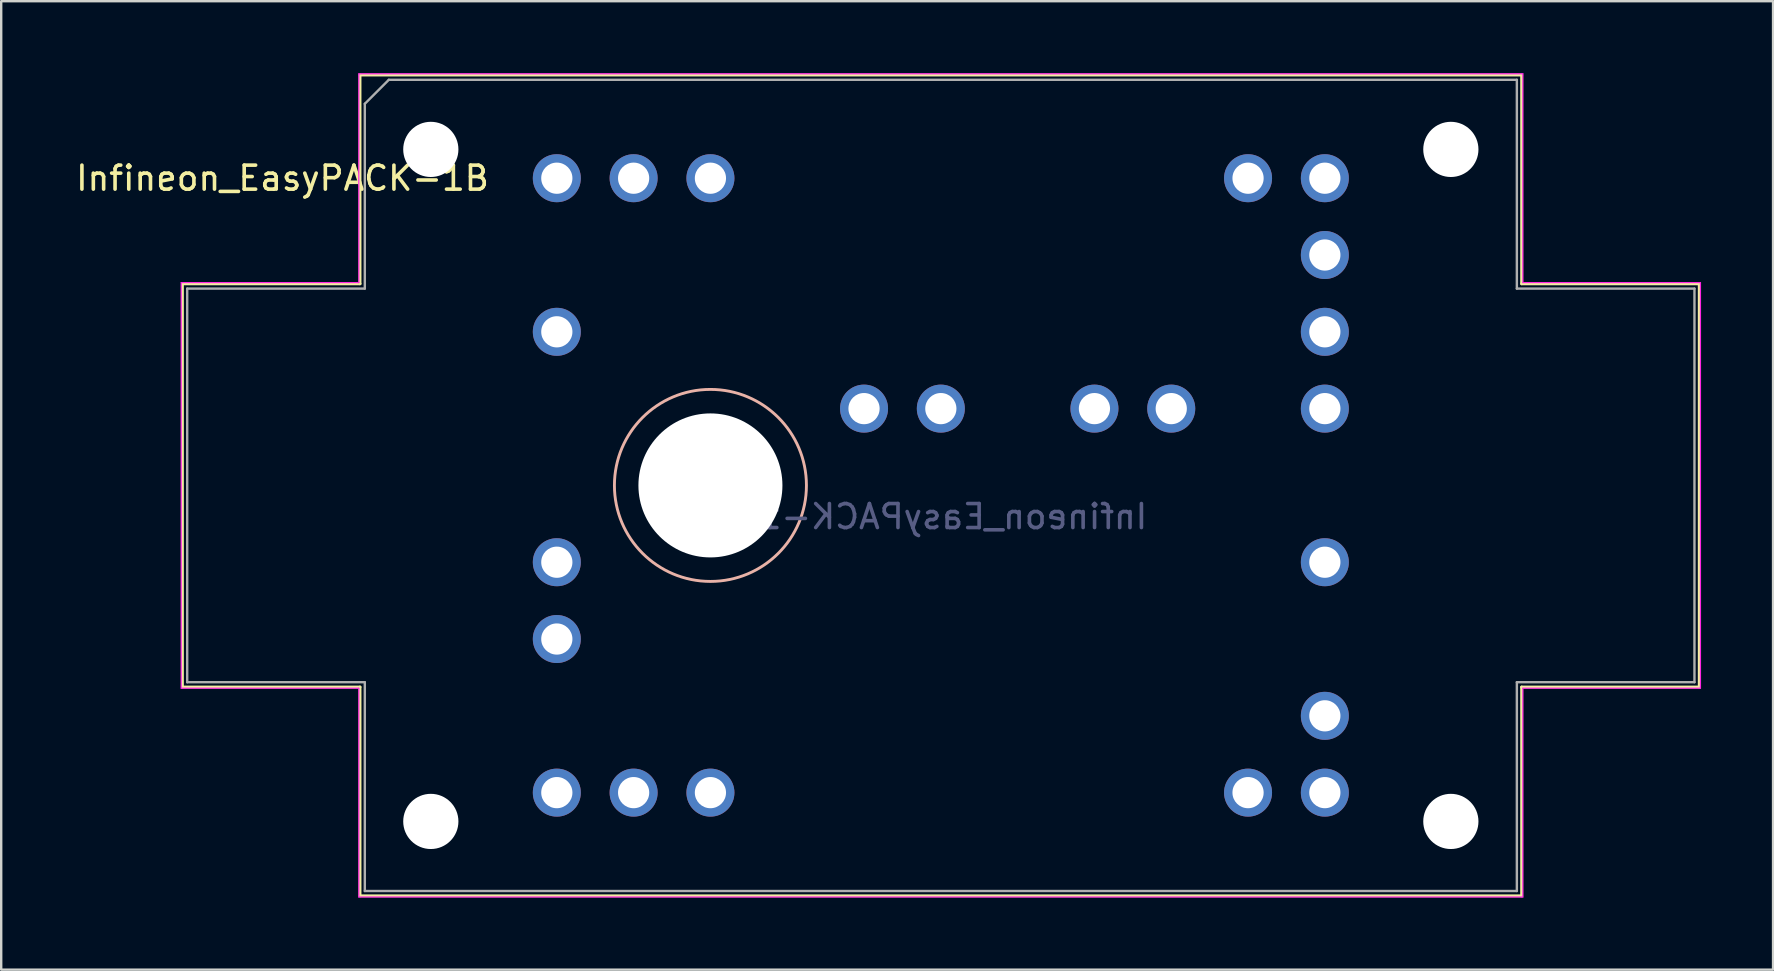
<source format=kicad_pcb>
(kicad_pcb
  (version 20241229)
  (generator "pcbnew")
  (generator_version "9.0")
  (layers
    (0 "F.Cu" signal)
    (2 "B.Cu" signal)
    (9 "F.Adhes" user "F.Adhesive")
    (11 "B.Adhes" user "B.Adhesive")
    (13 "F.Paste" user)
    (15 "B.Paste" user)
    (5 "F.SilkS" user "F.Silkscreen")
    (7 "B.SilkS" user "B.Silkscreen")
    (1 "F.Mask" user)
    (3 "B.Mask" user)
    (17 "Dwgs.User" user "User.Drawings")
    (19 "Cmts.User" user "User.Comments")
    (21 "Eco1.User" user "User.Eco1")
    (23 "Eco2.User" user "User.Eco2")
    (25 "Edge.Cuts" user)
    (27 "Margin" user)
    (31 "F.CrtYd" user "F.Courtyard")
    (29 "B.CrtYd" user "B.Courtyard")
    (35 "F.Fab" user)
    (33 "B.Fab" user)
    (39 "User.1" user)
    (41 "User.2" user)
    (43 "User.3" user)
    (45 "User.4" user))
  (footprint "Infineon_EasyPACK-1B"
    (layer "F.Cu")
    (at 20.15 4.375)
    (property "Reference" "Infineon_EasyPACK-1B" (at -11.43 0 0) (layer "F.SilkS") (effects (font (size 1 1) (thickness 0.15))))
    (attr through_hole)
    (fp_line (start -15.6 4.4) (end -8.2 4.4) (stroke (width 0.12) (type solid)) (layer "F.SilkS"))
    (fp_line (start -15.6 21.2) (end -15.6 4.4) (stroke (width 0.12) (type solid)) (layer "F.SilkS"))
    (fp_line (start -8.2 -4.3) (end 40.2 -4.3) (stroke (width 0.12) (type solid)) (layer "F.SilkS"))
    (fp_line (start -8.2 4.4) (end -8.2 -4.3) (stroke (width 0.12) (type solid)) (layer "F.SilkS"))
    (fp_line (start -8.2 21.2) (end -15.6 21.2) (stroke (width 0.12) (type solid)) (layer "F.SilkS"))
    (fp_line (start -8.2 29.9) (end -8.2 21.2) (stroke (width 0.12) (type solid)) (layer "F.SilkS"))
    (fp_line (start 40.2 -4.3) (end 40.2 4.4) (stroke (width 0.12) (type solid)) (layer "F.SilkS"))
    (fp_line (start 40.2 4.4) (end 47.6 4.4) (stroke (width 0.12) (type solid)) (layer "F.SilkS"))
    (fp_line (start 40.2 21.2) (end 40.2 29.9) (stroke (width 0.12) (type solid)) (layer "F.SilkS"))
    (fp_line (start 40.2 29.9) (end -8.2 29.9) (stroke (width 0.12) (type solid)) (layer "F.SilkS"))
    (fp_line (start 47.6 4.4) (end 47.6 21.2) (stroke (width 0.12) (type solid)) (layer "F.SilkS"))
    (fp_line (start 47.6 21.2) (end 40.2 21.2) (stroke (width 0.12) (type solid)) (layer "F.SilkS"))
    (fp_circle (center 6.4 12.8) (end 10.4 12.8) (stroke (width 0.12) (type solid)) (fill no) (layer "B.SilkS"))
    (fp_line (start -15.65 21.25) (end -15.65 4.35) (stroke (width 0.05) (type solid)) (layer "F.CrtYd"))
    (fp_line (start -8.25 -4.35) (end -8.25 4.35) (stroke (width 0.05) (type solid)) (layer "F.CrtYd"))
    (fp_line (start -8.25 4.35) (end -15.65 4.35) (stroke (width 0.05) (type solid)) (layer "F.CrtYd"))
    (fp_line (start -8.25 21.25) (end -15.65 21.25) (stroke (width 0.05) (type solid)) (layer "F.CrtYd"))
    (fp_line (start -8.25 29.95) (end -8.25 21.25) (stroke (width 0.05) (type solid)) (layer "F.CrtYd"))
    (fp_line (start -8.25 29.95) (end 40.25 29.95) (stroke (width 0.05) (type solid)) (layer "F.CrtYd"))
    (fp_line (start 40.25 -4.35) (end -8.25 -4.35) (stroke (width 0.05) (type solid)) (layer "F.CrtYd"))
    (fp_line (start 40.25 -4.35) (end 40.25 4.35) (stroke (width 0.05) (type solid)) (layer "F.CrtYd"))
    (fp_line (start 40.25 4.35) (end 47.65 4.35) (stroke (width 0.05) (type solid)) (layer "F.CrtYd"))
    (fp_line (start 40.25 21.25) (end 40.25 29.95) (stroke (width 0.05) (type solid)) (layer "F.CrtYd"))
    (fp_line (start 47.65 4.35) (end 47.65 21.25) (stroke (width 0.05) (type solid)) (layer "F.CrtYd"))
    (fp_line (start 47.65 21.25) (end 40.25 21.25) (stroke (width 0.05) (type solid)) (layer "F.CrtYd"))
    (fp_line (start -15.4 4.6) (end -8 4.6) (stroke (width 0.1) (type solid)) (layer "F.Fab"))
    (fp_line (start -15.4 21) (end -15.4 4.6) (stroke (width 0.1) (type solid)) (layer "F.Fab"))
    (fp_line (start -15.4 21) (end -8 21) (stroke (width 0.1) (type solid)) (layer "F.Fab"))
    (fp_line (start -8 4.6) (end -8 -3.1) (stroke (width 0.1) (type solid)) (layer "F.Fab"))
    (fp_line (start -8 21) (end -8 29.7) (stroke (width 0.1) (type solid)) (layer "F.Fab"))
    (fp_line (start -8 29.7) (end 40 29.7) (stroke (width 0.1) (type solid)) (layer "F.Fab"))
    (fp_line (start -7 -4.1) (end -8 -3.1) (stroke (width 0.1) (type solid)) (layer "F.Fab"))
    (fp_line (start 40 -4.1) (end -7 -4.1) (stroke (width 0.1) (type solid)) (layer "F.Fab"))
    (fp_line (start 40 4.6) (end 40 -4.1) (stroke (width 0.1) (type solid)) (layer "F.Fab"))
    (fp_line (start 40 21) (end 40 29.7) (stroke (width 0.1) (type solid)) (layer "F.Fab"))
    (fp_line (start 47.4 4.6) (end 40 4.6) (stroke (width 0.1) (type solid)) (layer "F.Fab"))
    (fp_line (start 47.4 21) (end 40 21) (stroke (width 0.1) (type solid)) (layer "F.Fab"))
    (fp_line (start 47.4 21) (end 47.4 4.6) (stroke (width 0.1) (type solid)) (layer "F.Fab"))
    (fp_text user "${REFERENCE}" (at 16 14.1 0) (layer "B.Fab") (effects (font (size 1 1) (thickness 0.15)) (justify mirror)))
    (pad "" np_thru_hole circle (at -5.25 -1.2 180) (size 2.3 2.3) (drill 2.3) (layers "*.Cu" "*.Mask"))
    (pad "" np_thru_hole circle (at -5.25 26.8 180) (size 2.3 2.3) (drill 2.3) (layers "*.Cu" "*.Mask"))
    (pad "" np_thru_hole circle (at 6.4 12.8 180) (size 6 6) (drill 6) (layers "*.Cu" "*.Mask"))
    (pad "" np_thru_hole circle (at 37.25 -1.2 180) (size 2.3 2.3) (drill 2.3) (layers "*.Cu" "*.Mask"))
    (pad "" np_thru_hole circle (at 37.25 26.8 180) (size 2.3 2.3) (drill 2.3) (layers "*.Cu" "*.Mask"))
    (pad "EU" thru_hole circle (at 32 0 180) (size 2 2) (drill 1.3) (layers "*.Cu" "*.Mask"))
    (pad "EU" thru_hole circle (at 32 3.2 180) (size 2 2) (drill 1.3) (layers "*.Cu" "*.Mask"))
    (pad "EV" thru_hole circle (at 32 6.4 180) (size 2 2) (drill 1.3) (layers "*.Cu" "*.Mask"))
    (pad "EV" thru_hole circle (at 32 9.6 180) (size 2 2) (drill 1.3) (layers "*.Cu" "*.Mask"))
    (pad "EW" thru_hole circle (at 32 22.4 180) (size 2 2) (drill 1.3) (layers "*.Cu" "*.Mask"))
    (pad "EW" thru_hole circle (at 32 25.6 180) (size 2 2) (drill 1.3) (layers "*.Cu" "*.Mask"))
    (pad "G1" thru_hole circle (at 0 0 180) (size 2 2) (drill 1.3) (layers "*.Cu" "*.Mask"))
    (pad "G2" thru_hole circle (at 28.8 0 180) (size 2 2) (drill 1.3) (layers "*.Cu" "*.Mask"))
    (pad "G3" thru_hole circle (at 0 6.4 180) (size 2 2) (drill 1.3) (layers "*.Cu" "*.Mask"))
    (pad "G4" thru_hole circle (at 32 16 180) (size 2 2) (drill 1.3) (layers "*.Cu" "*.Mask"))
    (pad "G5" thru_hole circle (at 0 25.6 180) (size 2 2) (drill 1.3) (layers "*.Cu" "*.Mask"))
    (pad "G6" thru_hole circle (at 28.8 25.6 180) (size 2 2) (drill 1.3) (layers "*.Cu" "*.Mask"))
    (pad "P" thru_hole circle (at 12.8 9.6 180) (size 2 2) (drill 1.3) (layers "*.Cu" "*.Mask"))
    (pad "P" thru_hole circle (at 16 9.6 180) (size 2 2) (drill 1.3) (layers "*.Cu" "*.Mask"))
    (pad "T1" thru_hole circle (at 22.4 9.6 180) (size 2 2) (drill 1.3) (layers "*.Cu" "*.Mask"))
    (pad "T2" thru_hole circle (at 25.6 9.6 180) (size 2 2) (drill 1.3) (layers "*.Cu" "*.Mask"))
    (pad "U" thru_hole circle (at 3.2 0 180) (size 2 2) (drill 1.3) (layers "*.Cu" "*.Mask"))
    (pad "U" thru_hole circle (at 6.4 0 180) (size 2 2) (drill 1.3) (layers "*.Cu" "*.Mask"))
    (pad "V" thru_hole circle (at 0 16 180) (size 2 2) (drill 1.3) (layers "*.Cu" "*.Mask"))
    (pad "V" thru_hole circle (at 0 19.2 180) (size 2 2) (drill 1.3) (layers "*.Cu" "*.Mask"))
    (pad "W" thru_hole circle (at 3.2 25.6 180) (size 2 2) (drill 1.3) (layers "*.Cu" "*.Mask"))
    (pad "W" thru_hole circle (at 6.4 25.6 180) (size 2 2) (drill 1.3) (layers "*.Cu" "*.Mask"))
    (zone (net_name "") (layers "F.Cu" "B.Cu") (name "MH") (hatch full 0.508) (connect_pads) (min_thickness 0.254) (filled_areas_thickness no) (keepout (tracks not_allowed) (vias not_allowed) (pads not_allowed) (copperpour not_allowed) (footprints not_allowed)) (placement (enabled no)) (fill) (polygon (pts (xy 14.395 17.175) (xy 14.376 17.606) (xy 14.317 18.033) (xy 14.22 18.454) (xy 14.085 18.864) (xy 13.914 19.259) (xy 13.708 19.638) (xy 13.468 19.997) (xy 13.196 20.332) (xy 12.895 20.641) (xy 12.568 20.922) (xy 12.216 21.172) (xy 11.843 21.389) (xy 11.452 21.571) (xy 11.046 21.717) (xy 10.629 21.826) (xy 10.203 21.897) (xy 9.773 21.928) (xy 9.342 21.921) (xy 8.913 21.874) (xy 8.49 21.789) (xy 8.076 21.666) (xy 7.676 21.505) (xy 7.292 21.31) (xy 6.926 21.08) (xy 6.584 20.818) (xy 6.266 20.526) (xy 5.976 20.206) (xy 5.717 19.861) (xy 5.489 19.495) (xy 5.296 19.109) (xy 5.139 18.707) (xy 5.018 18.293) (xy 4.936 17.87) (xy 4.893 17.44) (xy 4.888 17.009) (xy 4.923 16.579) (xy 4.996 16.154) (xy 5.108 15.737) (xy 5.257 15.332) (xy 5.442 14.943) (xy 5.661 14.571) (xy 5.914 14.221) (xy 6.197 13.896) (xy 6.508 13.597) (xy 6.845 13.328) (xy 7.205 13.091) (xy 7.586 12.887) (xy 7.983 12.718) (xy 8.394 12.586) (xy 8.815 12.492) (xy 9.242 12.437) (xy 9.673 12.42) (xy 10.104 12.443) (xy 10.531 12.504) (xy 10.951 12.604) (xy 11.36 12.742) (xy 11.755 12.916) (xy 12.132 13.125) (xy 12.489 13.367) (xy 12.822 13.641) (xy 13.129 13.944) (xy 13.408 14.274) (xy 13.655 14.627) (xy 13.869 15.001) (xy 14.049 15.394) (xy 14.192 15.801) (xy 14.298 16.219) (xy 14.366 16.645) (xy 14.394 17.075))))
    (zone (net_name "") (layers "F.Cu" "B.Cu") (name "MH") (hatch full 0.508) (connect_pads) (min_thickness 0.254) (filled_areas_thickness no) (keepout (tracks not_allowed) (vias not_allowed) (pads not_allowed) (copperpour not_allowed) (footprints not_allowed)) (placement (enabled no)) (fill) (polygon (pts (xy 67.395 17.175) (xy 67.376 17.606) (xy 67.317 18.033) (xy 67.22 18.454) (xy 67.085 18.864) (xy 66.914 19.259) (xy 66.708 19.638) (xy 66.468 19.997) (xy 66.196 20.332) (xy 65.895 20.641) (xy 65.568 20.922) (xy 65.216 21.172) (xy 64.843 21.389) (xy 64.452 21.571) (xy 64.046 21.717) (xy 63.629 21.826) (xy 63.203 21.897) (xy 62.773 21.928) (xy 62.342 21.921) (xy 61.913 21.874) (xy 61.49 21.789) (xy 61.076 21.666) (xy 60.676 21.505) (xy 60.292 21.31) (xy 59.926 21.08) (xy 59.584 20.818) (xy 59.266 20.526) (xy 58.976 20.206) (xy 58.717 19.861) (xy 58.489 19.495) (xy 58.296 19.109) (xy 58.139 18.707) (xy 58.018 18.293) (xy 57.936 17.87) (xy 57.893 17.44) (xy 57.888 17.009) (xy 57.923 16.579) (xy 57.996 16.154) (xy 58.108 15.737) (xy 58.257 15.332) (xy 58.442 14.943) (xy 58.661 14.571) (xy 58.914 14.221) (xy 59.197 13.896) (xy 59.508 13.597) (xy 59.845 13.328) (xy 60.205 13.091) (xy 60.586 12.887) (xy 60.983 12.718) (xy 61.394 12.586) (xy 61.815 12.492) (xy 62.242 12.437) (xy 62.673 12.42) (xy 63.104 12.443) (xy 63.531 12.504) (xy 63.951 12.604) (xy 64.36 12.742) (xy 64.755 12.916) (xy 65.132 13.125) (xy 65.489 13.367) (xy 65.822 13.641) (xy 66.129 13.944) (xy 66.408 14.274) (xy 66.655 14.627) (xy 66.869 15.001) (xy 67.049 15.394) (xy 67.192 15.801) (xy 67.298 16.219) (xy 67.366 16.645) (xy 67.394 17.075)))))
  (gr_rect
    (start -3 -3)
    (end 70.825 37.35)
    (stroke (width 0.1) (type default))
    (fill no)
    (layer "Edge.Cuts")))
</source>
